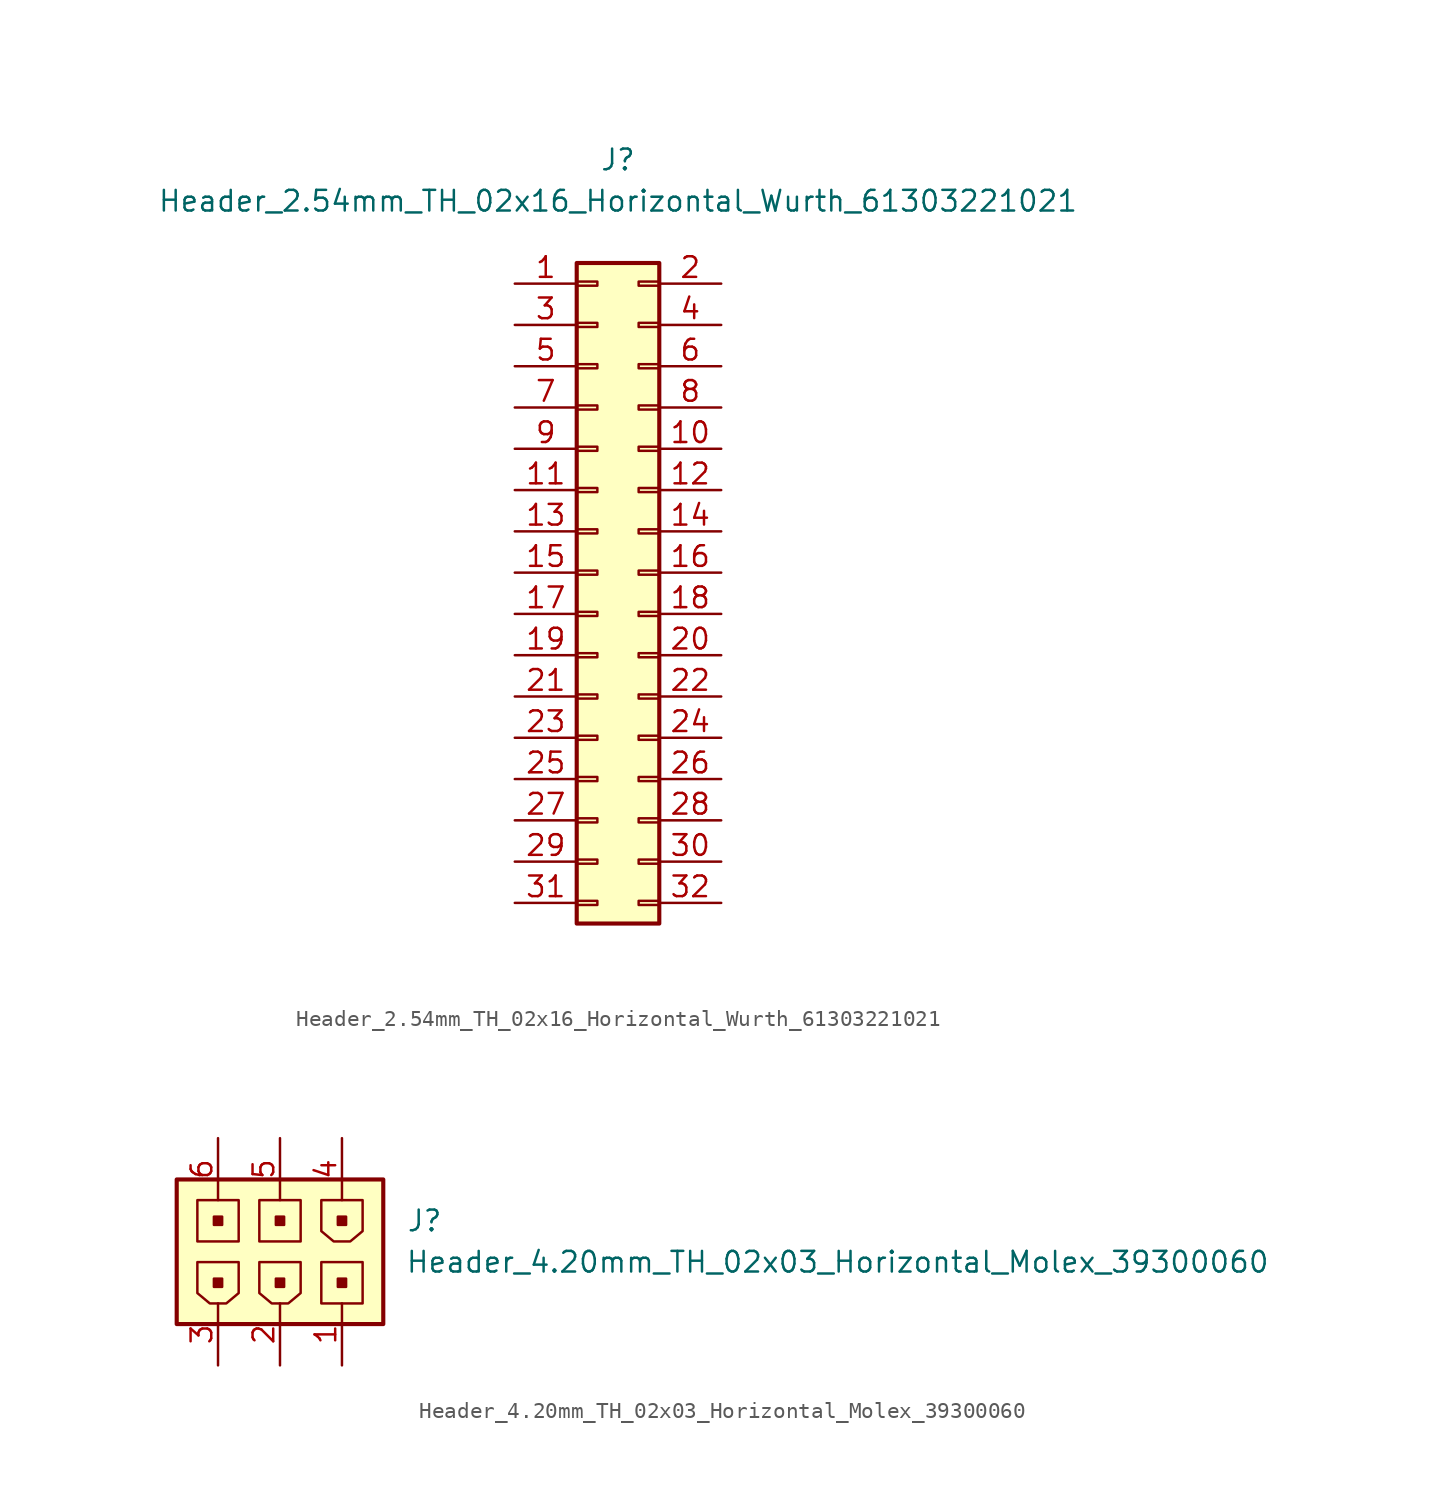
<source format=kicad_sym>
(kicad_symbol_lib
  (version 20211014)
  (generator kicad_symbol_editor)
  (symbol "Header_2.54mm_TH_02x16_Horizontal_Wurth_61303221021"
    (pin_names
      (offset 1.27) hide)
    (property "Reference" "J"
      (at 0 26.67 0)
      (effects (font (size 1.27 1.27))))
    (property "Value" "Header_2.54mm_TH_02x16_Horizontal_Wurth_61303221021"
      (at 0 24.13 0)
      (effects (font (size 1.27 1.27))))
    (symbol "Header_2.54mm_TH_02x16_Horizontal_Wurth_61303221021_1_1"
      (rectangle (start -2.54 -18.923) (end -1.27 -19.177) (stroke (width 0.152) (type default) (color 0 0 0 0)) (fill (type none)))
      (rectangle (start -2.54 -16.383) (end -1.27 -16.637) (stroke (width 0.152) (type default) (color 0 0 0 0)) (fill (type none)))
      (rectangle (start -2.54 -13.843) (end -1.27 -14.097) (stroke (width 0.152) (type default) (color 0 0 0 0)) (fill (type none)))
      (rectangle (start -2.54 -11.303) (end -1.27 -11.557) (stroke (width 0.152) (type default) (color 0 0 0 0)) (fill (type none)))
      (rectangle (start -2.54 -8.763) (end -1.27 -9.017) (stroke (width 0.152) (type default) (color 0 0 0 0)) (fill (type none)))
      (rectangle (start -2.54 -6.223) (end -1.27 -6.477) (stroke (width 0.152) (type default) (color 0 0 0 0)) (fill (type none)))
      (rectangle (start -2.54 -3.683) (end -1.27 -3.937) (stroke (width 0.152) (type default) (color 0 0 0 0)) (fill (type none)))
      (rectangle (start -2.54 -1.143) (end -1.27 -1.397) (stroke (width 0.152) (type default) (color 0 0 0 0)) (fill (type none)))
      (rectangle (start -2.54 1.397) (end -1.27 1.143) (stroke (width 0.152) (type default) (color 0 0 0 0)) (fill (type none)))
      (rectangle (start -2.54 3.937) (end -1.27 3.683) (stroke (width 0.152) (type default) (color 0 0 0 0)) (fill (type none)))
      (rectangle (start -2.54 6.477) (end -1.27 6.223) (stroke (width 0.152) (type default) (color 0 0 0 0)) (fill (type none)))
      (rectangle (start -2.54 9.017) (end -1.27 8.763) (stroke (width 0.152) (type default) (color 0 0 0 0)) (fill (type none)))
      (rectangle (start -2.54 11.557) (end -1.27 11.303) (stroke (width 0.152) (type default) (color 0 0 0 0)) (fill (type none)))
      (rectangle (start -2.54 14.097) (end -1.27 13.843) (stroke (width 0.152) (type default) (color 0 0 0 0)) (fill (type none)))
      (rectangle (start -2.54 16.637) (end -1.27 16.383) (stroke (width 0.152) (type default) (color 0 0 0 0)) (fill (type none)))
      (rectangle (start -2.54 19.177) (end -1.27 18.923) (stroke (width 0.152) (type default) (color 0 0 0 0)) (fill (type none)))
      (rectangle (start -2.54 20.32) (end 2.54 -20.32) (stroke (width 0.254) (type default) (color 0 0 0 0)) (fill (type background)))
      (rectangle (start 2.54 -18.923) (end 1.27 -19.177) (stroke (width 0.152) (type default) (color 0 0 0 0)) (fill (type none)))
      (rectangle (start 2.54 -16.383) (end 1.27 -16.637) (stroke (width 0.152) (type default) (color 0 0 0 0)) (fill (type none)))
      (rectangle (start 2.54 -13.843) (end 1.27 -14.097) (stroke (width 0.152) (type default) (color 0 0 0 0)) (fill (type none)))
      (rectangle (start 2.54 -11.303) (end 1.27 -11.557) (stroke (width 0.152) (type default) (color 0 0 0 0)) (fill (type none)))
      (rectangle (start 2.54 -8.763) (end 1.27 -9.017) (stroke (width 0.152) (type default) (color 0 0 0 0)) (fill (type none)))
      (rectangle (start 2.54 -6.223) (end 1.27 -6.477) (stroke (width 0.152) (type default) (color 0 0 0 0)) (fill (type none)))
      (rectangle (start 2.54 -3.683) (end 1.27 -3.937) (stroke (width 0.152) (type default) (color 0 0 0 0)) (fill (type none)))
      (rectangle (start 2.54 -1.143) (end 1.27 -1.397) (stroke (width 0.152) (type default) (color 0 0 0 0)) (fill (type none)))
      (rectangle (start 2.54 1.397) (end 1.27 1.143) (stroke (width 0.152) (type default) (color 0 0 0 0)) (fill (type none)))
      (rectangle (start 2.54 3.937) (end 1.27 3.683) (stroke (width 0.152) (type default) (color 0 0 0 0)) (fill (type none)))
      (rectangle (start 2.54 6.477) (end 1.27 6.223) (stroke (width 0.152) (type default) (color 0 0 0 0)) (fill (type none)))
      (rectangle (start 2.54 9.017) (end 1.27 8.763) (stroke (width 0.152) (type default) (color 0 0 0 0)) (fill (type none)))
      (rectangle (start 2.54 11.557) (end 1.27 11.303) (stroke (width 0.152) (type default) (color 0 0 0 0)) (fill (type none)))
      (rectangle (start 2.54 14.097) (end 1.27 13.843) (stroke (width 0.152) (type default) (color 0 0 0 0)) (fill (type none)))
      (rectangle (start 2.54 16.637) (end 1.27 16.383) (stroke (width 0.152) (type default) (color 0 0 0 0)) (fill (type none)))
      (rectangle (start 2.54 19.177) (end 1.27 18.923) (stroke (width 0.152) (type default) (color 0 0 0 0)) (fill (type none)))
      (pin passive line (at -6.35 19.05 0) (length 3.81) (name "Pin_1" (effects (font (size 1.27 1.27)))) (number "1" (effects (font (size 1.27 1.27)))))
      (pin passive line (at 6.35 8.89 180) (length 3.81) (name "Pin_10" (effects (font (size 1.27 1.27)))) (number "10" (effects (font (size 1.27 1.27)))))
      (pin passive line (at -6.35 6.35 0) (length 3.81) (name "Pin_11" (effects (font (size 1.27 1.27)))) (number "11" (effects (font (size 1.27 1.27)))))
      (pin passive line (at 6.35 6.35 180) (length 3.81) (name "Pin_12" (effects (font (size 1.27 1.27)))) (number "12" (effects (font (size 1.27 1.27)))))
      (pin passive line (at -6.35 3.81 0) (length 3.81) (name "Pin_13" (effects (font (size 1.27 1.27)))) (number "13" (effects (font (size 1.27 1.27)))))
      (pin passive line (at 6.35 3.81 180) (length 3.81) (name "Pin_14" (effects (font (size 1.27 1.27)))) (number "14" (effects (font (size 1.27 1.27)))))
      (pin passive line (at -6.35 1.27 0) (length 3.81) (name "Pin_15" (effects (font (size 1.27 1.27)))) (number "15" (effects (font (size 1.27 1.27)))))
      (pin passive line (at 6.35 1.27 180) (length 3.81) (name "Pin_16" (effects (font (size 1.27 1.27)))) (number "16" (effects (font (size 1.27 1.27)))))
      (pin passive line (at -6.35 -1.27 0) (length 3.81) (name "Pin_17" (effects (font (size 1.27 1.27)))) (number "17" (effects (font (size 1.27 1.27)))))
      (pin passive line (at 6.35 -1.27 180) (length 3.81) (name "Pin_18" (effects (font (size 1.27 1.27)))) (number "18" (effects (font (size 1.27 1.27)))))
      (pin passive line (at -6.35 -3.81 0) (length 3.81) (name "Pin_19" (effects (font (size 1.27 1.27)))) (number "19" (effects (font (size 1.27 1.27)))))
      (pin passive line (at 6.35 19.05 180) (length 3.81) (name "Pin_2" (effects (font (size 1.27 1.27)))) (number "2" (effects (font (size 1.27 1.27)))))
      (pin passive line (at 6.35 -3.81 180) (length 3.81) (name "Pin_20" (effects (font (size 1.27 1.27)))) (number "20" (effects (font (size 1.27 1.27)))))
      (pin passive line (at -6.35 -6.35 0) (length 3.81) (name "Pin_21" (effects (font (size 1.27 1.27)))) (number "21" (effects (font (size 1.27 1.27)))))
      (pin passive line (at 6.35 -6.35 180) (length 3.81) (name "Pin_22" (effects (font (size 1.27 1.27)))) (number "22" (effects (font (size 1.27 1.27)))))
      (pin passive line (at -6.35 -8.89 0) (length 3.81) (name "Pin_23" (effects (font (size 1.27 1.27)))) (number "23" (effects (font (size 1.27 1.27)))))
      (pin passive line (at 6.35 -8.89 180) (length 3.81) (name "Pin_24" (effects (font (size 1.27 1.27)))) (number "24" (effects (font (size 1.27 1.27)))))
      (pin passive line (at -6.35 -11.43 0) (length 3.81) (name "Pin_25" (effects (font (size 1.27 1.27)))) (number "25" (effects (font (size 1.27 1.27)))))
      (pin passive line (at 6.35 -11.43 180) (length 3.81) (name "Pin_26" (effects (font (size 1.27 1.27)))) (number "26" (effects (font (size 1.27 1.27)))))
      (pin passive line (at -6.35 -13.97 0) (length 3.81) (name "Pin_27" (effects (font (size 1.27 1.27)))) (number "27" (effects (font (size 1.27 1.27)))))
      (pin passive line (at 6.35 -13.97 180) (length 3.81) (name "Pin_28" (effects (font (size 1.27 1.27)))) (number "28" (effects (font (size 1.27 1.27)))))
      (pin passive line (at -6.35 -16.51 0) (length 3.81) (name "Pin_29" (effects (font (size 1.27 1.27)))) (number "29" (effects (font (size 1.27 1.27)))))
      (pin passive line (at -6.35 16.51 0) (length 3.81) (name "Pin_3" (effects (font (size 1.27 1.27)))) (number "3" (effects (font (size 1.27 1.27)))))
      (pin passive line (at 6.35 -16.51 180) (length 3.81) (name "Pin_30" (effects (font (size 1.27 1.27)))) (number "30" (effects (font (size 1.27 1.27)))))
      (pin passive line (at -6.35 -19.05 0) (length 3.81) (name "Pin_31" (effects (font (size 1.27 1.27)))) (number "31" (effects (font (size 1.27 1.27)))))
      (pin passive line (at 6.35 -19.05 180) (length 3.81) (name "Pin_32" (effects (font (size 1.27 1.27)))) (number "32" (effects (font (size 1.27 1.27)))))
      (pin passive line (at 6.35 16.51 180) (length 3.81) (name "Pin_4" (effects (font (size 1.27 1.27)))) (number "4" (effects (font (size 1.27 1.27)))))
      (pin passive line (at -6.35 13.97 0) (length 3.81) (name "Pin_5" (effects (font (size 1.27 1.27)))) (number "5" (effects (font (size 1.27 1.27)))))
      (pin passive line (at 6.35 13.97 180) (length 3.81) (name "Pin_6" (effects (font (size 1.27 1.27)))) (number "6" (effects (font (size 1.27 1.27)))))
      (pin passive line (at -6.35 11.43 0) (length 3.81) (name "Pin_7" (effects (font (size 1.27 1.27)))) (number "7" (effects (font (size 1.27 1.27)))))
      (pin passive line (at 6.35 11.43 180) (length 3.81) (name "Pin_8" (effects (font (size 1.27 1.27)))) (number "8" (effects (font (size 1.27 1.27)))))
      (pin passive line (at -6.35 8.89 0) (length 3.81) (name "Pin_9" (effects (font (size 1.27 1.27)))) (number "9" (effects (font (size 1.27 1.27)))))))
  (symbol "Header_4.20mm_TH_02x03_Horizontal_Molex_39300060"
    (pin_names
      (offset 1.27) hide)
    (property "Reference" "J"
      (at 8.89 1.27 0)
      (effects (font (size 1.27 1.27))))
    (property "Value" "Header_4.20mm_TH_02x03_Horizontal_Molex_39300060"
      (at 34.29 -1.27 0)
      (effects (font (size 1.27 1.27))))
    (symbol "Header_4.20mm_TH_02x03_Horizontal_Molex_39300060_0_1"
      (rectangle (start -6.35 -5.08) (end 6.35 3.81) (stroke (width 0.254) (type default) (color 0 0 0 0)) (fill (type background)))
      (rectangle (start -5.08 2.54) (end -2.54 0) (stroke (width 0) (type default) (color 0 0 0 0)) (fill (type none)))
      (polyline (pts (xy 2.54 2.54) (xy 5.08 2.54) (xy 5.08 0.635) (xy 4.318 0) (xy 3.81 0) (xy 3.302 0) (xy 2.54 0.635) (xy 2.54 2.54) (xy 3.81 2.54)) (stroke (width 0) (type default) (color 0 0 0 0)) (fill (type none))))
    (symbol "Header_4.20mm_TH_02x03_Horizontal_Molex_39300060_1_1"
      (rectangle (start -4.064 -2.286) (end -3.556 -2.794) (stroke (width 0) (type default) (color 0 0 0 0)) (fill (type outline)))
      (rectangle (start -4.064 1.524) (end -3.556 1.016) (stroke (width 0) (type default) (color 0 0 0 0)) (fill (type outline)))
      (rectangle (start -1.27 2.54) (end 1.27 0) (stroke (width 0) (type default) (color 0 0 0 0)) (fill (type none)))
      (rectangle (start -0.254 -2.286) (end 0.254 -2.794) (stroke (width 0) (type default) (color 0 0 0 0)) (fill (type outline)))
      (rectangle (start -0.254 1.524) (end 0.254 1.016) (stroke (width 0) (type default) (color 0 0 0 0)) (fill (type outline)))
      (polyline (pts (xy -5.08 -1.27) (xy -2.54 -1.27) (xy -2.54 -3.175) (xy -3.302 -3.81) (xy -3.81 -3.81) (xy -4.318 -3.81) (xy -5.08 -3.175) (xy -5.08 -1.27) (xy -3.81 -1.27)) (stroke (width 0) (type default) (color 0 0 0 0)) (fill (type none)))
      (polyline (pts (xy -1.27 -1.27) (xy 1.27 -1.27) (xy 1.27 -3.175) (xy 0.508 -3.81) (xy 0 -3.81) (xy -0.508 -3.81) (xy -1.27 -3.175) (xy -1.27 -1.27) (xy 0 -1.27)) (stroke (width 0) (type default) (color 0 0 0 0)) (fill (type none)))
      (rectangle (start 2.54 -1.27) (end 5.08 -3.81) (stroke (width 0) (type default) (color 0 0 0 0)) (fill (type none)))
      (rectangle (start 3.556 -2.286) (end 4.064 -2.794) (stroke (width 0) (type default) (color 0 0 0 0)) (fill (type outline)))
      (rectangle (start 3.556 1.524) (end 4.064 1.016) (stroke (width 0) (type default) (color 0 0 0 0)) (fill (type outline)))
      (pin passive line (at 3.81 -7.62 90) (length 3.81) (name "Pin_1" (effects (font (size 1.27 1.27)))) (number "1" (effects (font (size 1.27 1.27)))))
      (pin passive line (at 0 -7.62 90) (length 3.81) (name "Pin_2" (effects (font (size 1.27 1.27)))) (number "2" (effects (font (size 1.27 1.27)))))
      (pin passive line (at -3.81 -7.62 90) (length 3.81) (name "Pin_3" (effects (font (size 1.27 1.27)))) (number "3" (effects (font (size 1.27 1.27)))))
      (pin passive line (at 3.81 6.35 270) (length 3.81) (name "Pin_4" (effects (font (size 1.27 1.27)))) (number "4" (effects (font (size 1.27 1.27)))))
      (pin passive line (at 0 6.35 270) (length 3.81) (name "Pin_5" (effects (font (size 1.27 1.27)))) (number "5" (effects (font (size 1.27 1.27)))))
      (pin passive line (at -3.81 6.35 270) (length 3.81) (name "Pin_6" (effects (font (size 1.27 1.27)))) (number "6" (effects (font (size 1.27 1.27))))))))
</source>
